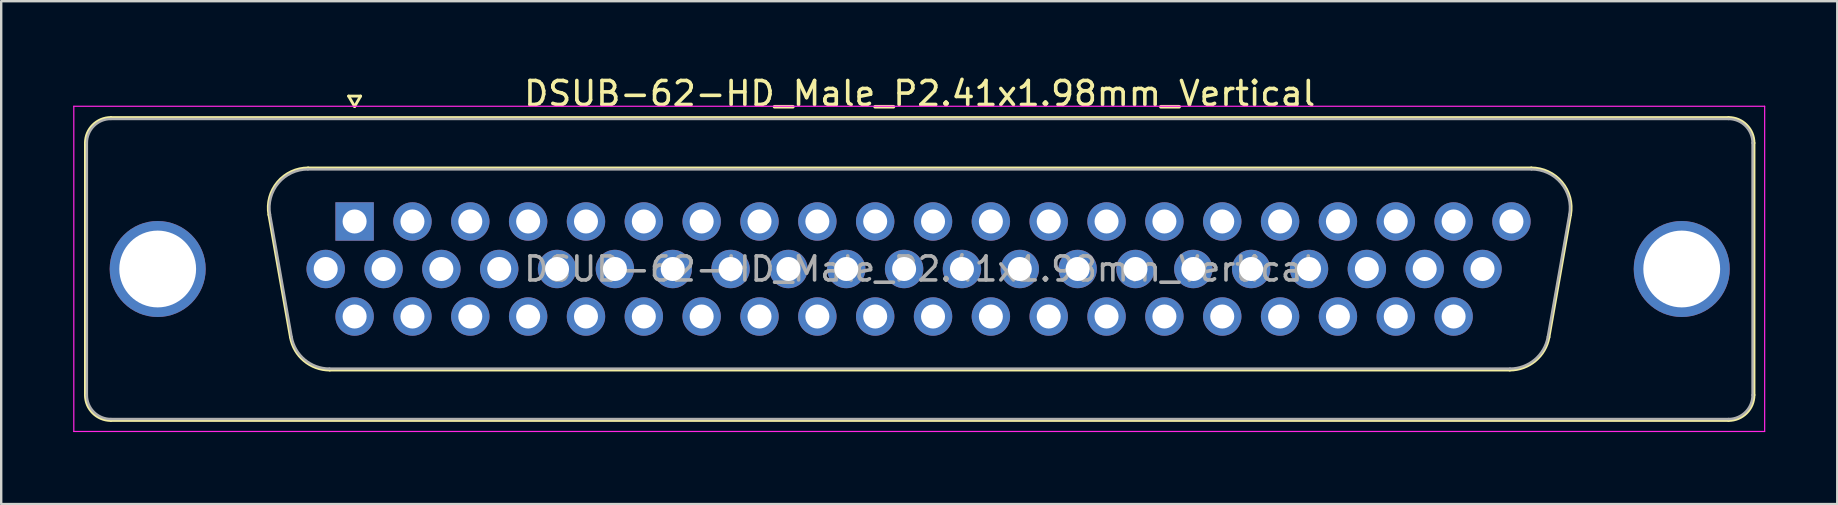
<source format=kicad_pcb>
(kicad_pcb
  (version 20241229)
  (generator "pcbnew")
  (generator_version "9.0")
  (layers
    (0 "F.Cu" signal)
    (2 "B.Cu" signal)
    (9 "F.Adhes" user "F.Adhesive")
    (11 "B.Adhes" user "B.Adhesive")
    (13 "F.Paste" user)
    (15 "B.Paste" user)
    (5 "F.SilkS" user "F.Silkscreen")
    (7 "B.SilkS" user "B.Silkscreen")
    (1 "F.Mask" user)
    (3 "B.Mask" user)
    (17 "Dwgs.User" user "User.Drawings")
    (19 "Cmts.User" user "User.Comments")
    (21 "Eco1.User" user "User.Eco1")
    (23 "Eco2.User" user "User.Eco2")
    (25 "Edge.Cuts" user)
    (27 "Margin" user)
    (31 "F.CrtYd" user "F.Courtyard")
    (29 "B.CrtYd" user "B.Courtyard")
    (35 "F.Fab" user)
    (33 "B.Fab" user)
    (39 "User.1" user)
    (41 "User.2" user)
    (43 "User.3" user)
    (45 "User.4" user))
  (footprint "DSUB-62-HD_Male_P2.41x1.98mm_Vertical"
    (layer "F.Cu")
    (at 11.725 6.178)
    (property "Reference" "DSUB-62-HD_Male_P2.41x1.98mm_Vertical" (at 23.545 -5.33 0) (layer "F.SilkS") (effects (font (size 1 1) (thickness 0.15))))
    (attr through_hole)
    (fp_line (start -11.215 7.23) (end -11.215 -3.27) (stroke (width 0.12) (type solid)) (layer "F.SilkS"))
    (fp_line (start -10.155 -4.33) (end 57.245 -4.33) (stroke (width 0.12) (type solid)) (layer "F.SilkS"))
    (fp_line (start -3.571 -0.282) (end -2.672 4.818) (stroke (width 0.12) (type solid)) (layer "F.SilkS"))
    (fp_line (start -1.937 -2.23) (end 49.027 -2.23) (stroke (width 0.12) (type solid)) (layer "F.SilkS"))
    (fp_line (start -1.037 6.19) (end 48.127 6.19) (stroke (width 0.12) (type solid)) (layer "F.SilkS"))
    (fp_line (start -0.25 -5.224) (end 0.25 -5.224) (stroke (width 0.12) (type solid)) (layer "F.SilkS"))
    (fp_line (start 0 -4.791) (end -0.25 -5.224) (stroke (width 0.12) (type solid)) (layer "F.SilkS"))
    (fp_line (start 0.25 -5.224) (end 0 -4.791) (stroke (width 0.12) (type solid)) (layer "F.SilkS"))
    (fp_line (start 50.661 -0.282) (end 49.762 4.818) (stroke (width 0.12) (type solid)) (layer "F.SilkS"))
    (fp_line (start 57.245 8.29) (end -10.155 8.29) (stroke (width 0.12) (type solid)) (layer "F.SilkS"))
    (fp_line (start 58.305 -3.27) (end 58.305 7.23) (stroke (width 0.12) (type solid)) (layer "F.SilkS"))
    (fp_arc (start -11.215 -3.27) (mid -10.904533 -4.019533) (end -10.155 -4.33) (stroke (width 0.12) (type solid)) (layer "F.SilkS"))
    (fp_arc (start -10.155 8.29) (mid -10.904533 7.979533) (end -11.215 7.23) (stroke (width 0.12) (type solid)) (layer "F.SilkS"))
    (fp_arc (start -3.57147 -0.281744) (mid -3.208323 -1.637028) (end -1.936689 -2.23) (stroke (width 0.12) (type solid)) (layer "F.SilkS"))
    (fp_arc (start -1.037421 6.19) (mid -2.104448 5.801634) (end -2.672202 4.818256) (stroke (width 0.12) (type solid)) (layer "F.SilkS"))
    (fp_arc (start 49.026689 -2.23) (mid 50.298323 -1.637027) (end 50.66147 -0.281744) (stroke (width 0.12) (type solid)) (layer "F.SilkS"))
    (fp_arc (start 49.762202 4.818256) (mid 49.194449 5.801634) (end 48.127421 6.19) (stroke (width 0.12) (type solid)) (layer "F.SilkS"))
    (fp_arc (start 57.245 -4.33) (mid 57.994533 -4.019533) (end 58.305 -3.27) (stroke (width 0.12) (type solid)) (layer "F.SilkS"))
    (fp_arc (start 58.305 7.23) (mid 57.994533 7.979533) (end 57.245 8.29) (stroke (width 0.12) (type solid)) (layer "F.SilkS"))
    (fp_line (start -11.7 -4.8) (end -11.7 8.75) (stroke (width 0.05) (type solid)) (layer "F.CrtYd"))
    (fp_line (start -11.7 8.75) (end 58.75 8.75) (stroke (width 0.05) (type solid)) (layer "F.CrtYd"))
    (fp_line (start 58.75 -4.8) (end -11.7 -4.8) (stroke (width 0.05) (type solid)) (layer "F.CrtYd"))
    (fp_line (start 58.75 8.75) (end 58.75 -4.8) (stroke (width 0.05) (type solid)) (layer "F.CrtYd"))
    (fp_line (start -11.155 7.23) (end -11.155 -3.27) (stroke (width 0.1) (type solid)) (layer "F.Fab"))
    (fp_line (start -10.155 -4.27) (end 57.245 -4.27) (stroke (width 0.1) (type solid)) (layer "F.Fab"))
    (fp_line (start -3.524 -0.292) (end -2.625 4.808) (stroke (width 0.1) (type solid)) (layer "F.Fab"))
    (fp_line (start -1.948 -2.17) (end 49.038 -2.17) (stroke (width 0.1) (type solid)) (layer "F.Fab"))
    (fp_line (start -1.049 6.13) (end 48.139 6.13) (stroke (width 0.1) (type solid)) (layer "F.Fab"))
    (fp_line (start 50.614 -0.292) (end 49.715 4.808) (stroke (width 0.1) (type solid)) (layer "F.Fab"))
    (fp_line (start 57.245 8.23) (end -10.155 8.23) (stroke (width 0.1) (type solid)) (layer "F.Fab"))
    (fp_line (start 58.245 -3.27) (end 58.245 7.23) (stroke (width 0.1) (type solid)) (layer "F.Fab"))
    (fp_arc (start -11.155 -3.27) (mid -10.862107 -3.977107) (end -10.155 -4.27) (stroke (width 0.1) (type solid)) (layer "F.Fab"))
    (fp_arc (start -10.155 8.23) (mid -10.862107 7.937107) (end -11.155 7.23) (stroke (width 0.1) (type solid)) (layer "F.Fab"))
    (fp_arc (start -3.523886 -0.292163) (mid -3.173865 -1.59846) (end -1.948194 -2.17) (stroke (width 0.1) (type solid)) (layer "F.Fab"))
    (fp_arc (start -1.048927 6.13) (mid -2.077387 5.755671) (end -2.624619 4.807837) (stroke (width 0.1) (type solid)) (layer "F.Fab"))
    (fp_arc (start 49.038194 -2.17) (mid 50.263865 -1.59846) (end 50.613886 -0.292163) (stroke (width 0.1) (type solid)) (layer "F.Fab"))
    (fp_arc (start 49.714619 4.807837) (mid 49.167387 5.755671) (end 48.138927 6.13) (stroke (width 0.1) (type solid)) (layer "F.Fab"))
    (fp_arc (start 57.245 -4.27) (mid 57.952107 -3.977107) (end 58.245 -3.27) (stroke (width 0.1) (type solid)) (layer "F.Fab"))
    (fp_arc (start 58.245 7.23) (mid 57.952107 7.937107) (end 57.245 8.23) (stroke (width 0.1) (type solid)) (layer "F.Fab"))
    (fp_text user "${REFERENCE}" (at 23.545 1.98 0) (layer "F.Fab") (effects (font (size 1 1) (thickness 0.15))))
    (pad "0" thru_hole circle (at -8.205 1.98) (size 4 4) (drill 3.2) (layers "*.Cu" "*.Mask"))
    (pad "0" thru_hole circle (at 55.295 1.98) (size 4 4) (drill 3.2) (layers "*.Cu" "*.Mask"))
    (pad "1" thru_hole rect (at 0 0) (size 1.6 1.6) (drill 1) (layers "*.Cu" "*.Mask"))
    (pad "2" thru_hole circle (at 2.41 0) (size 1.6 1.6) (drill 1) (layers "*.Cu" "*.Mask"))
    (pad "3" thru_hole circle (at 4.82 0) (size 1.6 1.6) (drill 1) (layers "*.Cu" "*.Mask"))
    (pad "4" thru_hole circle (at 7.23 0) (size 1.6 1.6) (drill 1) (layers "*.Cu" "*.Mask"))
    (pad "5" thru_hole circle (at 9.64 0) (size 1.6 1.6) (drill 1) (layers "*.Cu" "*.Mask"))
    (pad "6" thru_hole circle (at 12.05 0) (size 1.6 1.6) (drill 1) (layers "*.Cu" "*.Mask"))
    (pad "7" thru_hole circle (at 14.46 0) (size 1.6 1.6) (drill 1) (layers "*.Cu" "*.Mask"))
    (pad "8" thru_hole circle (at 16.87 0) (size 1.6 1.6) (drill 1) (layers "*.Cu" "*.Mask"))
    (pad "9" thru_hole circle (at 19.28 0) (size 1.6 1.6) (drill 1) (layers "*.Cu" "*.Mask"))
    (pad "10" thru_hole circle (at 21.69 0) (size 1.6 1.6) (drill 1) (layers "*.Cu" "*.Mask"))
    (pad "11" thru_hole circle (at 24.1 0) (size 1.6 1.6) (drill 1) (layers "*.Cu" "*.Mask"))
    (pad "12" thru_hole circle (at 26.51 0) (size 1.6 1.6) (drill 1) (layers "*.Cu" "*.Mask"))
    (pad "13" thru_hole circle (at 28.92 0) (size 1.6 1.6) (drill 1) (layers "*.Cu" "*.Mask"))
    (pad "14" thru_hole circle (at 31.33 0) (size 1.6 1.6) (drill 1) (layers "*.Cu" "*.Mask"))
    (pad "15" thru_hole circle (at 33.74 0) (size 1.6 1.6) (drill 1) (layers "*.Cu" "*.Mask"))
    (pad "16" thru_hole circle (at 36.15 0) (size 1.6 1.6) (drill 1) (layers "*.Cu" "*.Mask"))
    (pad "17" thru_hole circle (at 38.56 0) (size 1.6 1.6) (drill 1) (layers "*.Cu" "*.Mask"))
    (pad "18" thru_hole circle (at 40.97 0) (size 1.6 1.6) (drill 1) (layers "*.Cu" "*.Mask"))
    (pad "19" thru_hole circle (at 43.38 0) (size 1.6 1.6) (drill 1) (layers "*.Cu" "*.Mask"))
    (pad "20" thru_hole circle (at 45.79 0) (size 1.6 1.6) (drill 1) (layers "*.Cu" "*.Mask"))
    (pad "21" thru_hole circle (at 48.2 0) (size 1.6 1.6) (drill 1) (layers "*.Cu" "*.Mask"))
    (pad "22" thru_hole circle (at -1.205 1.98) (size 1.6 1.6) (drill 1) (layers "*.Cu" "*.Mask"))
    (pad "23" thru_hole circle (at 1.205 1.98) (size 1.6 1.6) (drill 1) (layers "*.Cu" "*.Mask"))
    (pad "24" thru_hole circle (at 3.615 1.98) (size 1.6 1.6) (drill 1) (layers "*.Cu" "*.Mask"))
    (pad "25" thru_hole circle (at 6.025 1.98) (size 1.6 1.6) (drill 1) (layers "*.Cu" "*.Mask"))
    (pad "26" thru_hole circle (at 8.435 1.98) (size 1.6 1.6) (drill 1) (layers "*.Cu" "*.Mask"))
    (pad "27" thru_hole circle (at 10.845 1.98) (size 1.6 1.6) (drill 1) (layers "*.Cu" "*.Mask"))
    (pad "28" thru_hole circle (at 13.255 1.98) (size 1.6 1.6) (drill 1) (layers "*.Cu" "*.Mask"))
    (pad "29" thru_hole circle (at 15.665 1.98) (size 1.6 1.6) (drill 1) (layers "*.Cu" "*.Mask"))
    (pad "30" thru_hole circle (at 18.075 1.98) (size 1.6 1.6) (drill 1) (layers "*.Cu" "*.Mask"))
    (pad "31" thru_hole circle (at 20.485 1.98) (size 1.6 1.6) (drill 1) (layers "*.Cu" "*.Mask"))
    (pad "32" thru_hole circle (at 22.895 1.98) (size 1.6 1.6) (drill 1) (layers "*.Cu" "*.Mask"))
    (pad "33" thru_hole circle (at 25.305 1.98) (size 1.6 1.6) (drill 1) (layers "*.Cu" "*.Mask"))
    (pad "34" thru_hole circle (at 27.715 1.98) (size 1.6 1.6) (drill 1) (layers "*.Cu" "*.Mask"))
    (pad "35" thru_hole circle (at 30.125 1.98) (size 1.6 1.6) (drill 1) (layers "*.Cu" "*.Mask"))
    (pad "36" thru_hole circle (at 32.535 1.98) (size 1.6 1.6) (drill 1) (layers "*.Cu" "*.Mask"))
    (pad "37" thru_hole circle (at 34.945 1.98) (size 1.6 1.6) (drill 1) (layers "*.Cu" "*.Mask"))
    (pad "38" thru_hole circle (at 37.355 1.98) (size 1.6 1.6) (drill 1) (layers "*.Cu" "*.Mask"))
    (pad "39" thru_hole circle (at 39.765 1.98) (size 1.6 1.6) (drill 1) (layers "*.Cu" "*.Mask"))
    (pad "40" thru_hole circle (at 42.175 1.98) (size 1.6 1.6) (drill 1) (layers "*.Cu" "*.Mask"))
    (pad "41" thru_hole circle (at 44.585 1.98) (size 1.6 1.6) (drill 1) (layers "*.Cu" "*.Mask"))
    (pad "42" thru_hole circle (at 46.995 1.98) (size 1.6 1.6) (drill 1) (layers "*.Cu" "*.Mask"))
    (pad "43" thru_hole circle (at 0 3.96) (size 1.6 1.6) (drill 1) (layers "*.Cu" "*.Mask"))
    (pad "44" thru_hole circle (at 2.41 3.96) (size 1.6 1.6) (drill 1) (layers "*.Cu" "*.Mask"))
    (pad "45" thru_hole circle (at 4.82 3.96) (size 1.6 1.6) (drill 1) (layers "*.Cu" "*.Mask"))
    (pad "46" thru_hole circle (at 7.23 3.96) (size 1.6 1.6) (drill 1) (layers "*.Cu" "*.Mask"))
    (pad "47" thru_hole circle (at 9.64 3.96) (size 1.6 1.6) (drill 1) (layers "*.Cu" "*.Mask"))
    (pad "48" thru_hole circle (at 12.05 3.96) (size 1.6 1.6) (drill 1) (layers "*.Cu" "*.Mask"))
    (pad "49" thru_hole circle (at 14.46 3.96) (size 1.6 1.6) (drill 1) (layers "*.Cu" "*.Mask"))
    (pad "50" thru_hole circle (at 16.87 3.96) (size 1.6 1.6) (drill 1) (layers "*.Cu" "*.Mask"))
    (pad "51" thru_hole circle (at 19.28 3.96) (size 1.6 1.6) (drill 1) (layers "*.Cu" "*.Mask"))
    (pad "52" thru_hole circle (at 21.69 3.96) (size 1.6 1.6) (drill 1) (layers "*.Cu" "*.Mask"))
    (pad "53" thru_hole circle (at 24.1 3.96) (size 1.6 1.6) (drill 1) (layers "*.Cu" "*.Mask"))
    (pad "54" thru_hole circle (at 26.51 3.96) (size 1.6 1.6) (drill 1) (layers "*.Cu" "*.Mask"))
    (pad "55" thru_hole circle (at 28.92 3.96) (size 1.6 1.6) (drill 1) (layers "*.Cu" "*.Mask"))
    (pad "56" thru_hole circle (at 31.33 3.96) (size 1.6 1.6) (drill 1) (layers "*.Cu" "*.Mask"))
    (pad "57" thru_hole circle (at 33.74 3.96) (size 1.6 1.6) (drill 1) (layers "*.Cu" "*.Mask"))
    (pad "58" thru_hole circle (at 36.15 3.96) (size 1.6 1.6) (drill 1) (layers "*.Cu" "*.Mask"))
    (pad "59" thru_hole circle (at 38.56 3.96) (size 1.6 1.6) (drill 1) (layers "*.Cu" "*.Mask"))
    (pad "60" thru_hole circle (at 40.97 3.96) (size 1.6 1.6) (drill 1) (layers "*.Cu" "*.Mask"))
    (pad "61" thru_hole circle (at 43.38 3.96) (size 1.6 1.6) (drill 1) (layers "*.Cu" "*.Mask"))
    (pad "62" thru_hole circle (at 45.79 3.96) (size 1.6 1.6) (drill 1) (layers "*.Cu" "*.Mask")))
  (gr_rect
    (start -3 -3)
    (end 73.5 17.953)
    (stroke (width 0.1) (type default))
    (fill no)
    (layer "Edge.Cuts")))
</source>
